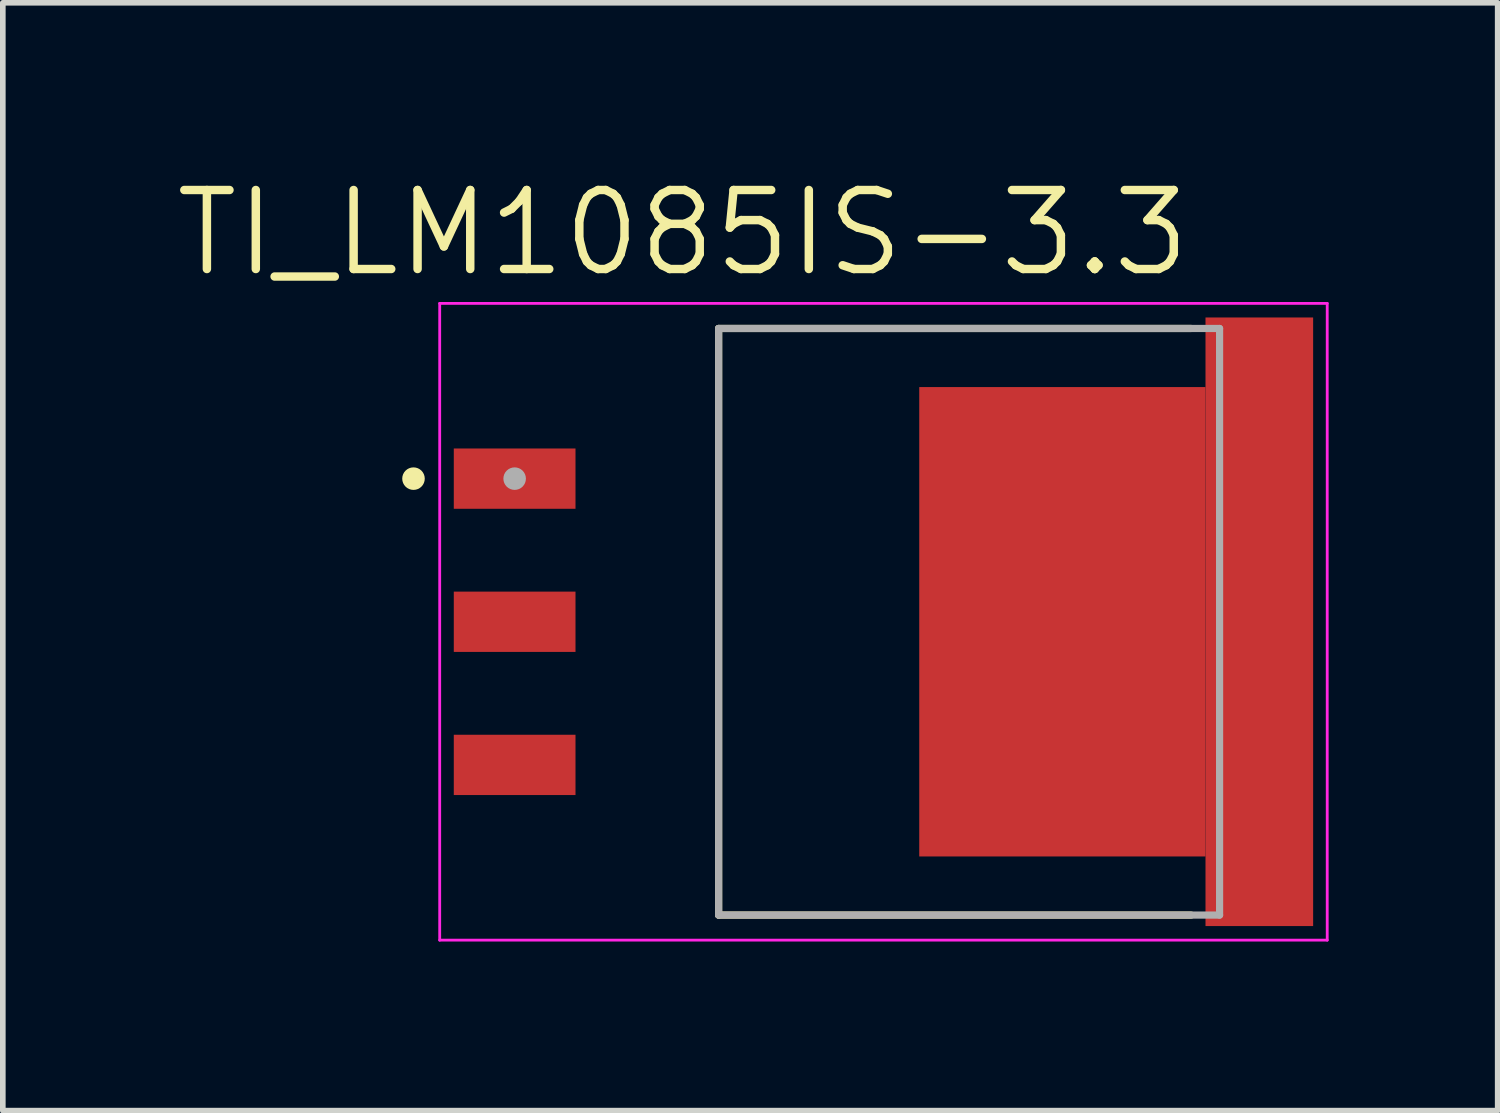
<source format=kicad_pcb>
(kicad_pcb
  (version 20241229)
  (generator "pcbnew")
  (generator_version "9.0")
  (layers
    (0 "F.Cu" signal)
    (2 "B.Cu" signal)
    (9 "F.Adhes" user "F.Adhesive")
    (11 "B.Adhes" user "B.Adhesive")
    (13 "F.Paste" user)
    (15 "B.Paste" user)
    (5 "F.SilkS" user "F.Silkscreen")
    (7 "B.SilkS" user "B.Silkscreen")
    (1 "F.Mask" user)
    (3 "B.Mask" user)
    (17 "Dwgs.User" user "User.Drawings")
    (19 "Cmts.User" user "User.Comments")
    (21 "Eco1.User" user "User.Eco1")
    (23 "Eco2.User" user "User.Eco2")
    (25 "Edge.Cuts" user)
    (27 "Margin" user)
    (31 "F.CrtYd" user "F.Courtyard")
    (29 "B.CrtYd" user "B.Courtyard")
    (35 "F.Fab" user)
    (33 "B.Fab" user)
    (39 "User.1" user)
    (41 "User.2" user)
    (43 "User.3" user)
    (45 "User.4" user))
  (footprint "TI_LM1085IS-3.3"
    (layer "F.Cu")
    (at 12.628 7.984)
    (property "Reference" "TI_LM1085IS-3.3" (at -3.561 -6.901 0) (layer "F.SilkS") (effects (font (size 1.402 1.402) (thickness 0.15))))
    (attr smd)
    (fp_line (start -2.925 -5.205) (end 5.461 -5.205) (stroke (width 0.127) (type solid)) (layer "F.SilkS"))
    (fp_line (start -2.925 5.205) (end -2.925 -5.205) (stroke (width 0.127) (type solid)) (layer "F.SilkS"))
    (fp_line (start -2.925 5.205) (end 5.461 5.205) (stroke (width 0.127) (type solid)) (layer "F.SilkS"))
    (fp_circle (center -8.34 -2.54) (end -8.24 -2.54) (stroke (width 0.2) (type solid)) (fill no) (layer "F.SilkS"))
    (fp_line (start -7.875 -5.65) (end 7.875 -5.65) (stroke (width 0.05) (type solid)) (layer "F.CrtYd"))
    (fp_line (start -7.875 5.65) (end -7.875 -5.65) (stroke (width 0.05) (type solid)) (layer "F.CrtYd"))
    (fp_line (start 7.875 -5.65) (end 7.875 5.65) (stroke (width 0.05) (type solid)) (layer "F.CrtYd"))
    (fp_line (start 7.875 5.65) (end -7.875 5.65) (stroke (width 0.05) (type solid)) (layer "F.CrtYd"))
    (fp_line (start -2.925 -5.205) (end 5.965 -5.205) (stroke (width 0.127) (type solid)) (layer "F.Fab"))
    (fp_line (start -2.925 5.205) (end -2.925 -5.205) (stroke (width 0.127) (type solid)) (layer "F.Fab"))
    (fp_line (start 5.965 -5.205) (end 5.965 5.205) (stroke (width 0.127) (type solid)) (layer "F.Fab"))
    (fp_line (start 5.965 5.205) (end -2.925 5.205) (stroke (width 0.127) (type solid)) (layer "F.Fab"))
    (fp_circle (center -6.545 -2.54) (end -6.445 -2.54) (stroke (width 0.2) (type solid)) (fill no) (layer "F.Fab"))
    (pad "1" smd rect (at -6.545 -2.54) (size 2.16 1.07) (layers "F.Cu" "F.Mask" "F.Paste"))
    (pad "2" smd rect (at -6.545 0) (size 2.16 1.07) (layers "F.Cu" "F.Mask" "F.Paste"))
    (pad "3" smd rect (at -6.545 2.54) (size 2.16 1.07) (layers "F.Cu" "F.Mask" "F.Paste"))
    (pad "4" smd rect (at 6.67 0) (size 1.91 10.8) (layers "F.Cu" "F.Mask" "F.Paste"))
    (pad "5" smd rect (at 3.175 0) (size 5.08 8.33) (layers "F.Cu" "F.Mask" "F.Paste")))
  (gr_rect
    (start -3 -3)
    (end 23.528 16.659)
    (stroke (width 0.1) (type default))
    (fill no)
    (layer "Edge.Cuts")))
</source>
